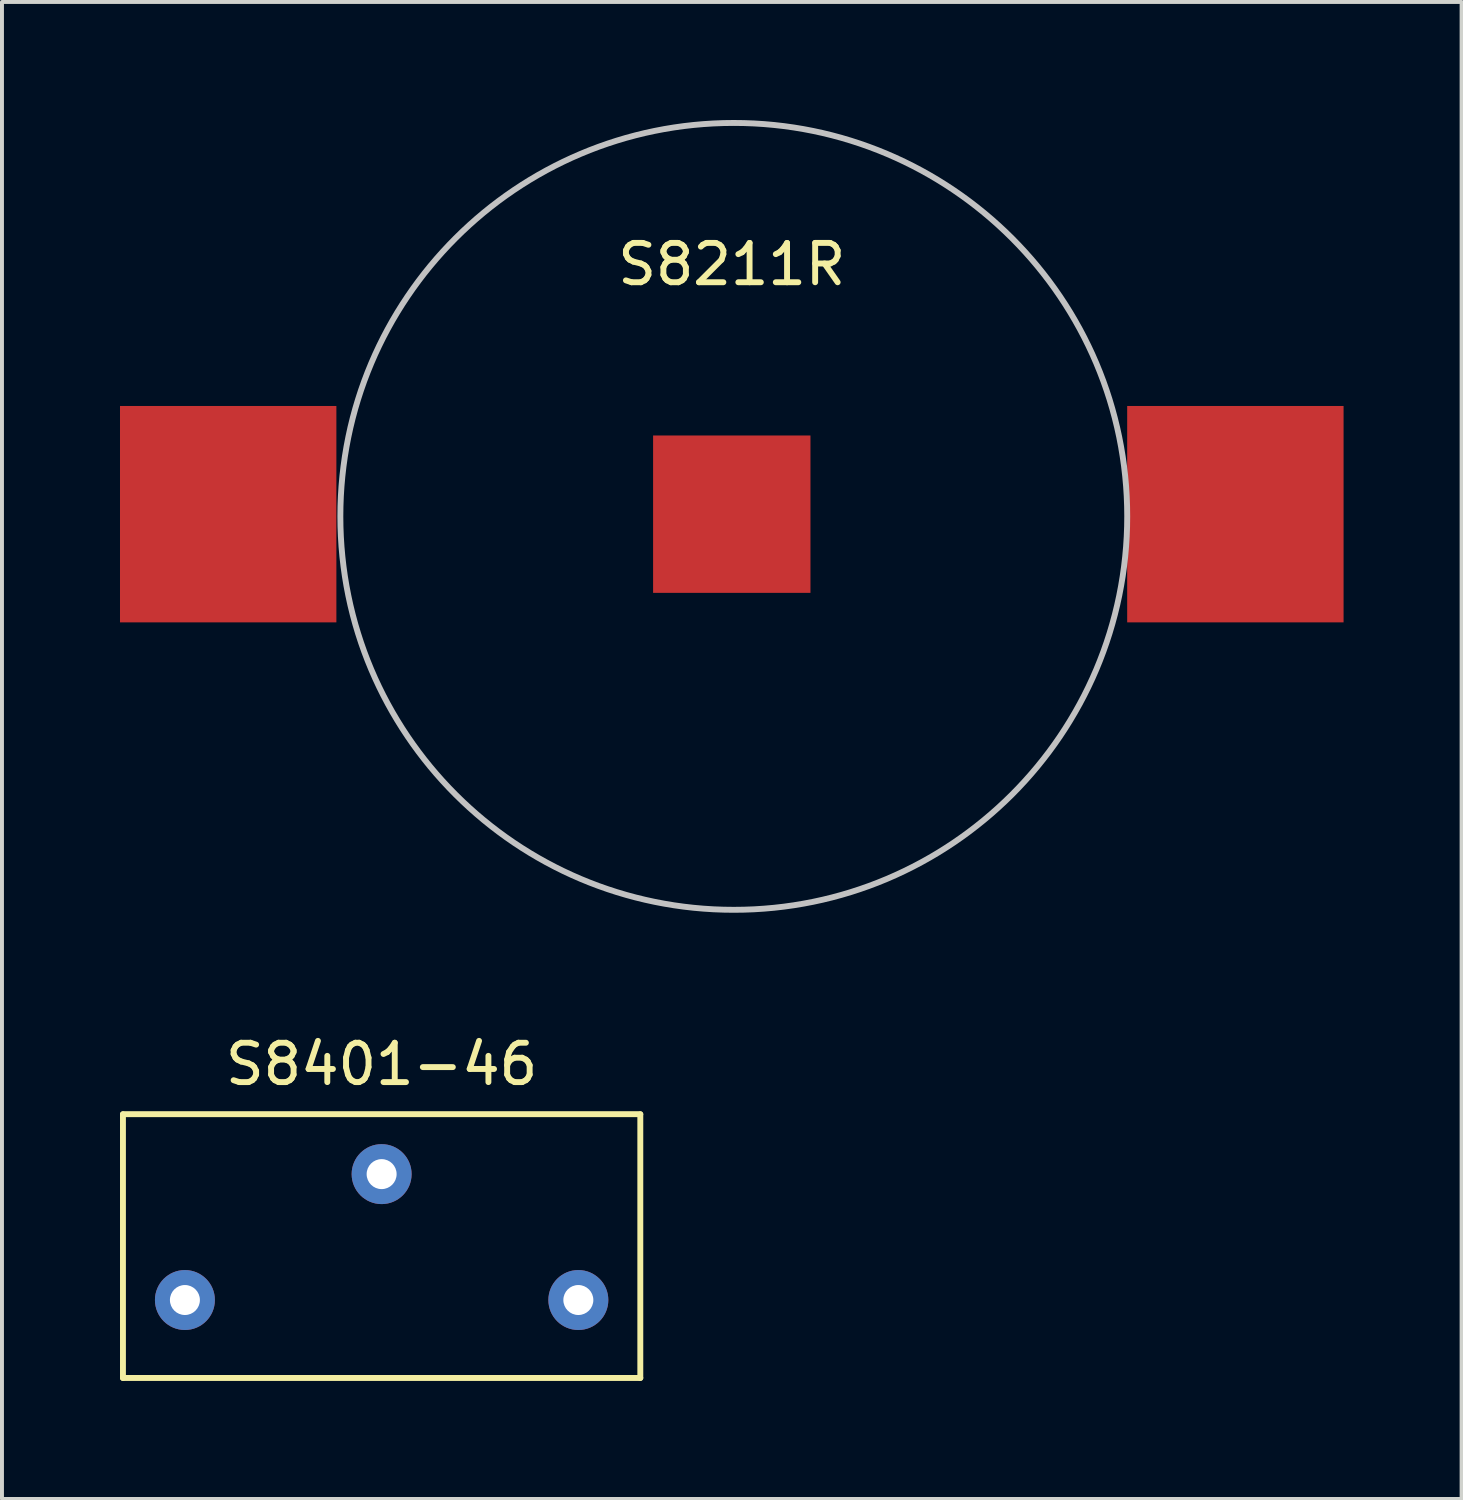
<source format=kicad_pcb>
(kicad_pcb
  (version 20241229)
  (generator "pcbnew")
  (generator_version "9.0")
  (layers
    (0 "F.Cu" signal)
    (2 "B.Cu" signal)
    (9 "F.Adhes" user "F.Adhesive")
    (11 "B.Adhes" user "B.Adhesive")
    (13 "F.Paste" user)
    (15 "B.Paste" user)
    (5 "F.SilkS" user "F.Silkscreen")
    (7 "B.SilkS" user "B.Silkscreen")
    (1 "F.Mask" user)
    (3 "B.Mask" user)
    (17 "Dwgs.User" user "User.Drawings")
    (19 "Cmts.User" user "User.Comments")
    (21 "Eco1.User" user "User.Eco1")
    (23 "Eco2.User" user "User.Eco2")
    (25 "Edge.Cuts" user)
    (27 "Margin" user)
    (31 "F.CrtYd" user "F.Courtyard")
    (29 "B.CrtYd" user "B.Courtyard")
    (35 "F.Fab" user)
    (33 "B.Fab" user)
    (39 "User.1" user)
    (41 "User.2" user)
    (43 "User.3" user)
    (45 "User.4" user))
  (footprint "S8211R"
    (layer "F.Cu")
    (at 15.55 10.019)
    (property "Reference" "S8211R" (at 0 -6.35 0) (layer "F.SilkS") (effects (font (size 1 1) (thickness 0.15))))
    (attr through_hole)
    (fp_circle (center 0.051 0.056) (end 10.051 0.056) (stroke (width 0.15) (type solid)) (fill no) (layer "Dwgs.User"))
    (pad "1" smd rect (at -12.8 0) (size 5.5 5.5) (layers "F.Cu" "F.Mask" "F.Paste"))
    (pad "1" smd rect (at 12.8 0) (size 5.5 5.5) (layers "F.Cu" "F.Mask" "F.Paste"))
    (pad "2" smd rect (at 0 0) (size 4 4) (layers "F.Cu" "F.Mask")))
  (footprint "S8401-46"
    (layer "F.Cu")
    (at 6.65 29.993)
    (property "Reference" "S8401-46" (at 0 -5.994 0) (layer "F.SilkS") (effects (font (size 1 1) (thickness 0.15))))
    (attr through_hole)
    (fp_line (start -6.575 -4.724) (end 6.575 -4.724) (stroke (width 0.15) (type solid)) (layer "F.SilkS"))
    (fp_line (start -6.575 1.981) (end -6.575 -4.719) (stroke (width 0.15) (type solid)) (layer "F.SilkS"))
    (fp_line (start -6.575 1.981) (end 6.575 1.981) (stroke (width 0.15) (type solid)) (layer "F.SilkS"))
    (fp_line (start 6.575 -4.719) (end 6.575 1.981) (stroke (width 0.15) (type solid)) (layer "F.SilkS"))
    (pad "1" thru_hole circle (at -5 0) (size 1.524 1.524) (drill 0.762) (layers "*.Cu" "*.Mask"))
    (pad "1" thru_hole circle (at 5 0) (size 1.524 1.524) (drill 0.762) (layers "*.Cu" "*.Mask"))
    (pad "2" thru_hole circle (at 0 -3.2) (size 1.524 1.524) (drill 0.762) (layers "*.Cu" "*.Mask")))
  (gr_rect
    (start -3 -3)
    (end 34.1 35.049)
    (stroke (width 0.1) (type default))
    (fill no)
    (layer "Edge.Cuts")))
</source>
